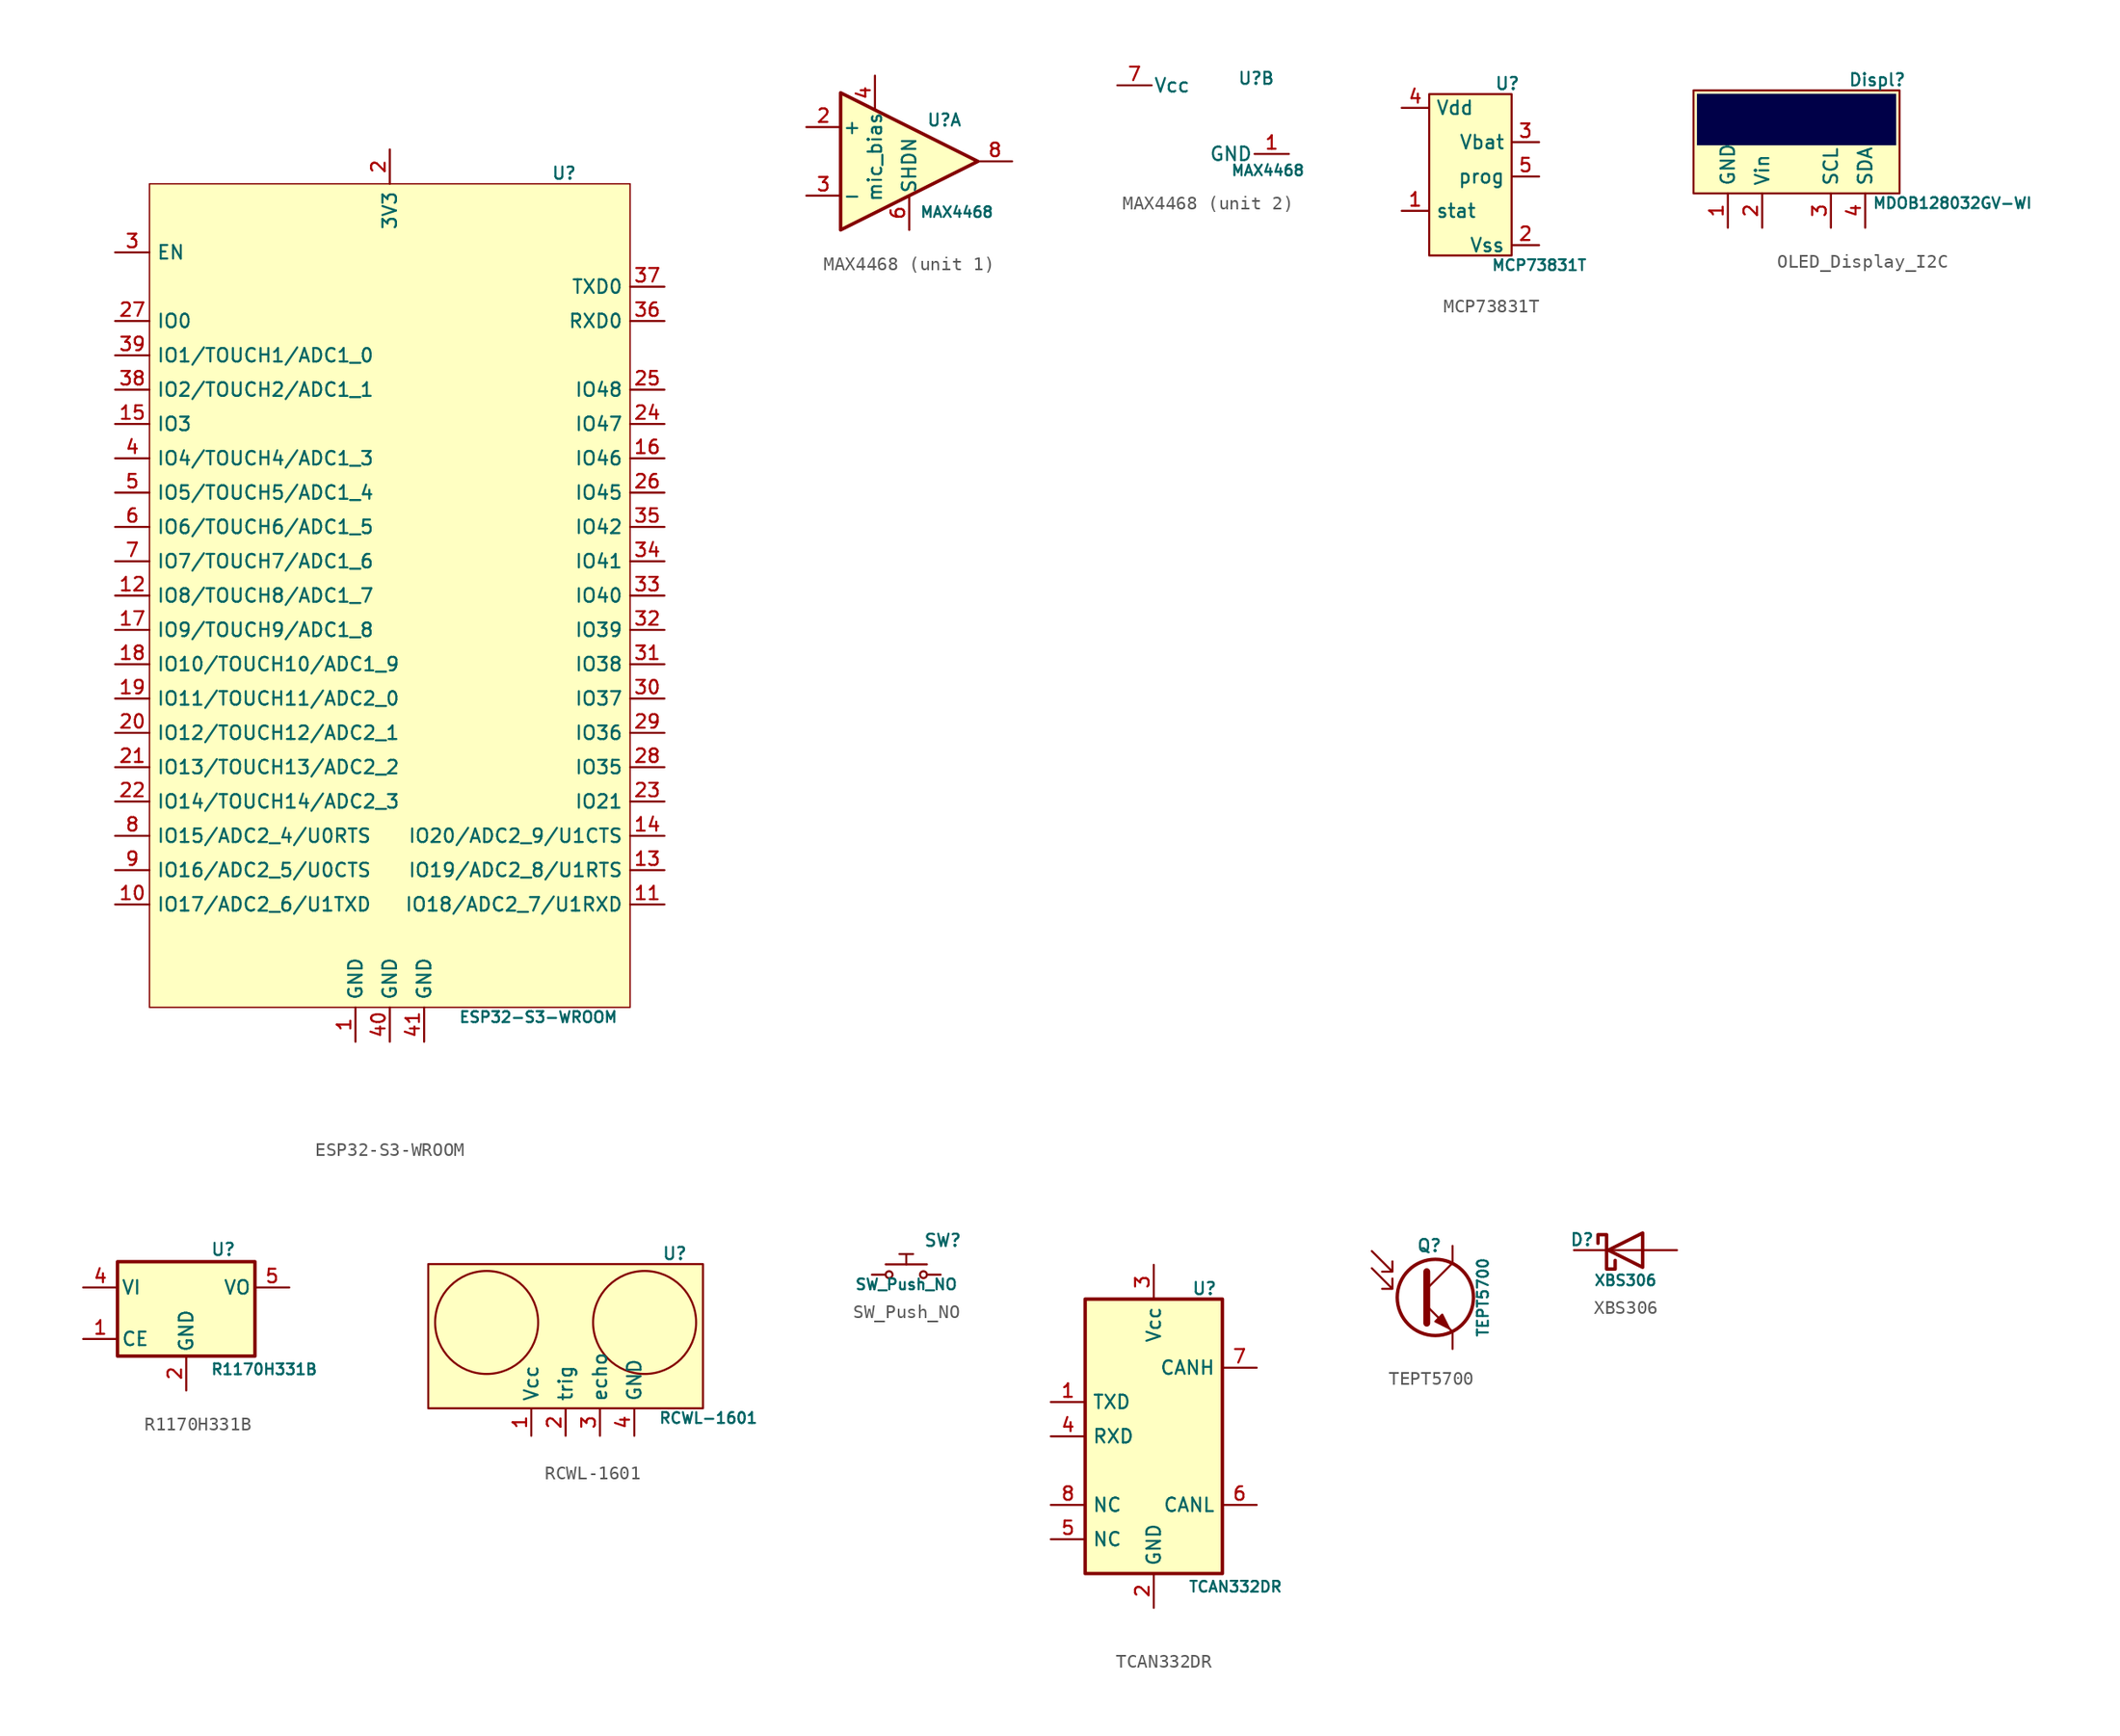
<source format=kicad_sym>
(kicad_symbol_lib
  (version 20231120)
  (generator "kicad_symbol_editor")
  (generator_version "8.0")
  (symbol "ESP32-S3-WROOM"
    (pin_names
      (offset 0.5))
    (property "Reference" "U"
      (at 11.938 28.194 0)
      (effects (font (size 0.9 0.9)) (justify left bottom)))
    (property "Value" "ESP32-S3-WROOM"
      (at 5.08 -33.274 0)
      (effects (font (size 0.8 0.8)) (justify left top)))
    (symbol "ESP32-S3-WROOM_0_1"
      (rectangle (start -17.78 27.94) (end 17.78 -33.02) (stroke (width 0.1) (type default)) (fill (type background))))
    (symbol "ESP32-S3-WROOM_1_1"
      (pin power_in line (at -2.54 -35.56 90) (length 2.54) (name "GND" (effects (font (size 1 1)))) (number "1" (effects (font (size 1 1)))))
      (pin bidirectional line (at -20.32 -25.4 0) (length 2.54) (name "IO17/ADC2_6/U1TXD" (effects (font (size 1 1)))) (number "10" (effects (font (size 1 1)))))
      (pin bidirectional line (at 20.32 -25.4 180) (length 2.54) (name "IO18/ADC2_7/U1RXD" (effects (font (size 1 1)))) (number "11" (effects (font (size 1 1)))))
      (pin bidirectional line (at -20.32 -2.54 0) (length 2.54) (name "IO8/TOUCH8/ADC1_7" (effects (font (size 1 1)))) (number "12" (effects (font (size 1 1)))))
      (pin bidirectional line (at 20.32 -22.86 180) (length 2.54) (name "IO19/ADC2_8/U1RTS" (effects (font (size 1 1)))) (number "13" (effects (font (size 1 1)))))
      (pin bidirectional line (at 20.32 -20.32 180) (length 2.54) (name "IO20/ADC2_9/U1CTS" (effects (font (size 1 1)))) (number "14" (effects (font (size 1 1)))))
      (pin bidirectional line (at -20.32 10.16 0) (length 2.54) (name "IO3" (effects (font (size 1 1)))) (number "15" (effects (font (size 1 1)))))
      (pin bidirectional line (at 20.32 7.62 180) (length 2.54) (name "IO46" (effects (font (size 1 1)))) (number "16" (effects (font (size 1 1)))))
      (pin bidirectional line (at -20.32 -5.08 0) (length 2.54) (name "IO9/TOUCH9/ADC1_8" (effects (font (size 1 1)))) (number "17" (effects (font (size 1 1)))))
      (pin bidirectional line (at -20.32 -7.62 0) (length 2.54) (name "IO10/TOUCH10/ADC1_9" (effects (font (size 1 1)))) (number "18" (effects (font (size 1 1)))))
      (pin bidirectional line (at -20.32 -10.16 0) (length 2.54) (name "IO11/TOUCH11/ADC2_0" (effects (font (size 1 1)))) (number "19" (effects (font (size 1 1)))))
      (pin power_in line (at 0 30.48 270) (length 2.54) (name "3V3" (effects (font (size 1 1)))) (number "2" (effects (font (size 1 1)))))
      (pin bidirectional line (at -20.32 -12.7 0) (length 2.54) (name "IO12/TOUCH12/ADC2_1" (effects (font (size 1 1)))) (number "20" (effects (font (size 1 1)))))
      (pin bidirectional line (at -20.32 -15.24 0) (length 2.54) (name "IO13/TOUCH13/ADC2_2" (effects (font (size 1 1)))) (number "21" (effects (font (size 1 1)))))
      (pin bidirectional line (at -20.32 -17.78 0) (length 2.54) (name "IO14/TOUCH14/ADC2_3" (effects (font (size 1 1)))) (number "22" (effects (font (size 1 1)))))
      (pin bidirectional line (at 20.32 -17.78 180) (length 2.54) (name "IO21" (effects (font (size 1 1)))) (number "23" (effects (font (size 1 1)))))
      (pin bidirectional line (at 20.32 10.16 180) (length 2.54) (name "IO47" (effects (font (size 1 1)))) (number "24" (effects (font (size 1 1)))))
      (pin bidirectional line (at 20.32 12.7 180) (length 2.54) (name "IO48" (effects (font (size 1 1)))) (number "25" (effects (font (size 1 1)))))
      (pin bidirectional line (at 20.32 5.08 180) (length 2.54) (name "IO45" (effects (font (size 1 1)))) (number "26" (effects (font (size 1 1)))))
      (pin bidirectional line (at -20.32 17.78 0) (length 2.54) (name "IO0" (effects (font (size 1 1)))) (number "27" (effects (font (size 1 1)))))
      (pin bidirectional line (at 20.32 -15.24 180) (length 2.54) (name "IO35" (effects (font (size 1 1)))) (number "28" (effects (font (size 1 1)))))
      (pin bidirectional line (at 20.32 -12.7 180) (length 2.54) (name "IO36" (effects (font (size 1 1)))) (number "29" (effects (font (size 1 1)))))
      (pin input line (at -20.32 22.86 0) (length 2.54) (name "EN" (effects (font (size 1 1)))) (number "3" (effects (font (size 1 1)))))
      (pin bidirectional line (at 20.32 -10.16 180) (length 2.54) (name "IO37" (effects (font (size 1 1)))) (number "30" (effects (font (size 1 1)))))
      (pin bidirectional line (at 20.32 -7.62 180) (length 2.54) (name "IO38" (effects (font (size 1 1)))) (number "31" (effects (font (size 1 1)))))
      (pin bidirectional line (at 20.32 -5.08 180) (length 2.54) (name "IO39" (effects (font (size 1 1)))) (number "32" (effects (font (size 1 1)))))
      (pin bidirectional line (at 20.32 -2.54 180) (length 2.54) (name "IO40" (effects (font (size 1 1)))) (number "33" (effects (font (size 1 1)))))
      (pin bidirectional line (at 20.32 0 180) (length 2.54) (name "IO41" (effects (font (size 1 1)))) (number "34" (effects (font (size 1 1)))))
      (pin bidirectional line (at 20.32 2.54 180) (length 2.54) (name "IO42" (effects (font (size 1 1)))) (number "35" (effects (font (size 1 1)))))
      (pin input line (at 20.32 17.78 180) (length 2.54) (name "RXD0" (effects (font (size 1 1)))) (number "36" (effects (font (size 1 1)))))
      (pin output line (at 20.32 20.32 180) (length 2.54) (name "TXD0" (effects (font (size 1 1)))) (number "37" (effects (font (size 1 1)))))
      (pin bidirectional line (at -20.32 12.7 0) (length 2.54) (name "IO2/TOUCH2/ADC1_1" (effects (font (size 1 1)))) (number "38" (effects (font (size 1 1)))))
      (pin bidirectional line (at -20.32 15.24 0) (length 2.54) (name "IO1/TOUCH1/ADC1_0" (effects (font (size 1 1)))) (number "39" (effects (font (size 1 1)))))
      (pin bidirectional line (at -20.32 7.62 0) (length 2.54) (name "IO4/TOUCH4/ADC1_3" (effects (font (size 1 1)))) (number "4" (effects (font (size 1 1)))))
      (pin power_in line (at 0 -35.56 90) (length 2.54) (name "GND" (effects (font (size 1 1)))) (number "40" (effects (font (size 1 1)))))
      (pin power_in line (at 2.54 -35.56 90) (length 2.54) (name "GND" (effects (font (size 1 1)))) (number "41" (effects (font (size 1 1)))))
      (pin bidirectional line (at -20.32 5.08 0) (length 2.54) (name "IO5/TOUCH5/ADC1_4" (effects (font (size 1 1)))) (number "5" (effects (font (size 1 1)))))
      (pin bidirectional line (at -20.32 2.54 0) (length 2.54) (name "IO6/TOUCH6/ADC1_5" (effects (font (size 1 1)))) (number "6" (effects (font (size 1 1)))))
      (pin bidirectional line (at -20.32 0 0) (length 2.54) (name "IO7/TOUCH7/ADC1_6" (effects (font (size 1 1)))) (number "7" (effects (font (size 1 1)))))
      (pin bidirectional line (at -20.32 -20.32 0) (length 2.54) (name "IO15/ADC2_4/U0RTS" (effects (font (size 1 1)))) (number "8" (effects (font (size 1 1)))))
      (pin bidirectional line (at -20.32 -22.86 0) (length 2.54) (name "IO16/ADC2_5/U0CTS" (effects (font (size 1 1)))) (number "9" (effects (font (size 1 1)))))))
  (symbol "MAX4468"
    (pin_names
      (offset 0.127))
    (property "Reference" "U"
      (at 1.27 2.54 0)
      (effects (font (size 0.889 0.889)) (justify left bottom)))
    (property "Value" "MAX4468"
      (at 0.762 -3.302 0)
      (effects (font (size 0.787 0.787)) (justify left top)))
    (property "ki_locked" ""
      (at 0 0 0)
      (effects (font (size 1.27 1.27))))
    (symbol "MAX4468_1_1"
      (polyline (pts (xy -5.08 5.08) (xy 5.08 0) (xy -5.08 -5.08) (xy -5.08 5.08) (xy -5.08 5.08)) (stroke (width 0.254) (type default)) (fill (type background)))
      (pin input line (at -7.62 2.54 0) (length 2.54) (name "+" (effects (font (size 1 1)))) (number "2" (effects (font (size 1 1)))))
      (pin input line (at -7.62 -2.54 0) (length 2.54) (name "-" (effects (font (size 1 1)))) (number "3" (effects (font (size 1 1)))))
      (pin input line (at -2.54 6.35 270) (length 2.54) (name "mic_bias" (effects (font (size 1 1)))) (number "4" (effects (font (size 1 1)))))
      (pin input line (at 0 -5.08 90) (length 2.54) (name "SHDN" (effects (font (size 1 1)))) (number "6" (effects (font (size 1 1)))))
      (pin output line (at 7.62 0 180) (length 2.54) (name "~" (effects (font (size 1 1)))) (number "8" (effects (font (size 1 1))))))
    (symbol "MAX4468_2_1"
      (pin power_in line (at 5.08 -2.54 180) (length 2.54) (name "GND" (effects (font (size 1 1)))) (number "1" (effects (font (size 1 1)))))
      (pin power_in line (at -7.62 2.54 0) (length 2.54) (name "Vcc" (effects (font (size 1 1)))) (number "7" (effects (font (size 1 1)))))))
  (symbol "MCP73831T"
    (pin_names
      (offset 0.5))
    (property "Reference" "U"
      (at 1.778 6.35 0)
      (effects (font (size 0.9 0.9)) (justify left bottom)))
    (property "Value" "MCP73831T"
      (at 1.524 -6.096 0)
      (effects (font (size 0.8 0.8)) (justify left top)))
    (symbol "MCP73831T_0_0"
      (text "" (at 5.08 -1.524 0) (effects (font (size 1.27 1.27)))))
    (symbol "MCP73831T_1_1"
      (rectangle (start -3.048 6.096) (end 3.048 -5.842) (stroke (width 0) (type default)) (fill (type background)))
      (pin output line (at -5.08 -2.54 0) (length 2) (name "stat" (effects (font (size 1 1)))) (number "1" (effects (font (size 1 1)))))
      (pin power_in line (at 5.08 -5.08 180) (length 2) (name "Vss" (effects (font (size 1 1)))) (number "2" (effects (font (size 1 1)))))
      (pin power_out line (at 5.08 2.54 180) (length 2) (name "Vbat" (effects (font (size 1 1)))) (number "3" (effects (font (size 1 1)))))
      (pin power_in line (at -5.08 5.08 0) (length 2) (name "Vdd" (effects (font (size 1 1)))) (number "4" (effects (font (size 1 1)))))
      (pin passive line (at 5.08 0 180) (length 2) (name "prog" (effects (font (size 1 1)))) (number "5" (effects (font (size 1 1)))))))
  (symbol "OLED_Display_I2C"
    (property "Reference" "Displ"
      (at 3.81 5.334 0)
      (effects (font (size 0.9 0.9)) (justify left bottom)))
    (property "Value" "MDOB128032GV-WI"
      (at 5.588 -2.794 0)
      (effects (font (size 0.8 0.8)) (justify left top)))
    (symbol "OLED_Display_I2C_1_1"
      (rectangle (start -7.62 5.08) (end 7.62 -2.54) (stroke (width 0) (type default)) (fill (type background)))
      (rectangle (start -7.366 4.826) (end 7.366 1.016) (stroke (width -0.0001) (type default)) (fill (type color) (color 0 0 72 1)))
      (pin power_in line (at -5.08 -5.08 90) (length 2.54) (name "GND" (effects (font (size 1 1)))) (number "1" (effects (font (size 1 1)))))
      (pin power_in line (at -2.54 -5.08 90) (length 2.54) (name "Vin" (effects (font (size 1 1)))) (number "2" (effects (font (size 1 1)))))
      (pin power_in line (at 2.54 -5.08 90) (length 2.54) (name "SCL" (effects (font (size 1 1)))) (number "3" (effects (font (size 1 1)))))
      (pin power_in line (at 5.08 -5.08 90) (length 2.54) (name "SDA" (effects (font (size 1 1)))) (number "4" (effects (font (size 1 1)))))))
  (symbol "R1170H331B"
    (pin_names
      (offset 0.254))
    (property "Reference" "U"
      (at 1.778 2.286 0)
      (effects (font (size 0.9 0.9)) (justify left bottom)))
    (property "Value" "R1170H331B"
      (at 1.778 -5.588 0)
      (effects (font (size 0.8 0.8)) (justify left top)))
    (symbol "R1170H331B_0_1"
      (rectangle (start -5.08 1.905) (end 5.08 -5.08) (stroke (width 0.254) (type default)) (fill (type background))))
    (symbol "R1170H331B_1_1"
      (pin input line (at -7.62 -3.81 0) (length 2.54) (name "CE" (effects (font (size 1 1)))) (number "1" (effects (font (size 1 1)))))
      (pin power_in line (at 0 -7.62 90) (length 2.54) (name "GND" (effects (font (size 1 1)))) (number "2" (effects (font (size 1 1)))))
      (pin no_connect line (at 5.08 -2.54 180) (length 0) hide (name "NC" (effects (font (size 1 1)))) (number "3" (effects (font (size 1 1)))))
      (pin power_in line (at -7.62 0 0) (length 2.54) (name "VI" (effects (font (size 1 1)))) (number "4" (effects (font (size 1 1)))))
      (pin power_out line (at 7.62 0 180) (length 2.54) (name "VO" (effects (font (size 1 1)))) (number "5" (effects (font (size 1 1)))))))
  (symbol "RCWL-1601"
    (pin_names
      (offset 0.5))
    (property "Reference" "U"
      (at 7.112 7.874 0)
      (effects (font (size 0.9 0.9)) (justify left bottom)))
    (property "Value" "RCWL-1601"
      (at 6.858 -3.302 0)
      (effects (font (size 0.8 0.8)) (justify left top)))
    (symbol "RCWL-1601_0_1"
      (rectangle (start -10.16 7.62) (end 10.16 -3.048) (stroke (width 0) (type default)) (fill (type background)))
      (circle (center -5.842 3.302) (radius 3.81) (stroke (width 0) (type default)) (fill (type none)))
      (circle (center 5.842 3.302) (radius 3.81) (stroke (width 0) (type default)) (fill (type none))))
    (symbol "RCWL-1601_1_1"
      (pin power_in line (at -2.54 -5.08 90) (length 2) (name "Vcc" (effects (font (size 1 1)))) (number "1" (effects (font (size 1 1)))))
      (pin input line (at 0 -5.08 90) (length 2) (name "trig" (effects (font (size 1 1)))) (number "2" (effects (font (size 1 1)))))
      (pin output line (at 2.54 -5.08 90) (length 2) (name "echo" (effects (font (size 1 1)))) (number "3" (effects (font (size 1 1)))))
      (pin power_in line (at 5.08 -5.08 90) (length 2) (name "GND" (effects (font (size 1 1)))) (number "4" (effects (font (size 1 1)))))))
  (symbol "SW_Push_NO"
    (pin_numbers hide)
    (pin_names
      (offset 1.016) hide)
    (property "Reference" "SW"
      (at 1.27 2.54 0)
      (effects (font (size 0.9 0.9)) (justify left)))
    (property "Value" "SW_Push_NO"
      (at 0 -0.254 0)
      (effects (font (size 0.8 0.8)) (justify top)))
    (symbol "SW_Push_NO_0_1"
      (circle (center -1.27 0) (radius 0.254) (stroke (width 0) (type default)) (fill (type none)))
      (polyline (pts (xy 0 0.762) (xy 0 1.524)) (stroke (width 0) (type default)) (fill (type none)))
      (polyline (pts (xy 0.508 1.524) (xy -0.508 1.524)) (stroke (width 0) (type default)) (fill (type none)))
      (polyline (pts (xy 1.524 0.762) (xy -1.524 0.762)) (stroke (width 0) (type default)) (fill (type none)))
      (circle (center 1.27 0) (radius 0.254) (stroke (width 0) (type default)) (fill (type none))))
    (symbol "SW_Push_NO_1_1"
      (pin passive line (at 2.54 0 180) (length 1) (name "COM" (effects (font (size 1 1)))) (number "COM" (effects (font (size 1 1)))))
      (pin passive line (at -2.54 0 0) (length 1) (name "NO" (effects (font (size 1 1)))) (number "NO" (effects (font (size 1 1)))))))
  (symbol "TCAN332DR"
    (property "Reference" "U"
      (at 2.794 10.414 0)
      (effects (font (size 0.9 0.9)) (justify left bottom)))
    (property "Value" "TCAN332DR"
      (at 2.54 -10.668 0)
      (effects (font (size 0.8 0.8)) (justify left top)))
    (symbol "TCAN332DR_0_1"
      (rectangle (start -5.08 10.16) (end 5.08 -10.16) (stroke (width 0.254) (type default)) (fill (type background))))
    (symbol "TCAN332DR_1_1"
      (pin input line (at -7.62 2.54 0) (length 2.54) (name "TXD" (effects (font (size 1 1)))) (number "1" (effects (font (size 1 1)))))
      (pin power_in line (at 0 -12.7 90) (length 2.54) (name "GND" (effects (font (size 1 1)))) (number "2" (effects (font (size 1 1)))))
      (pin power_in line (at 0 12.7 270) (length 2.54) (name "Vcc" (effects (font (size 1 1)))) (number "3" (effects (font (size 1 1)))))
      (pin output line (at -7.62 0 0) (length 2.54) (name "RXD" (effects (font (size 1 1)))) (number "4" (effects (font (size 1 1)))))
      (pin bidirectional line (at -7.62 -7.62 0) (length 2.54) (name "NC" (effects (font (size 1 1)))) (number "5" (effects (font (size 1 1)))))
      (pin bidirectional line (at 7.62 -5.08 180) (length 2.54) (name "CANL" (effects (font (size 1 1)))) (number "6" (effects (font (size 1 1)))))
      (pin bidirectional line (at 7.62 5.08 180) (length 2.54) (name "CANH" (effects (font (size 1 1)))) (number "7" (effects (font (size 1 1)))))
      (pin input line (at -7.62 -5.08 0) (length 2.54) (name "NC" (effects (font (size 1 1)))) (number "8" (effects (font (size 1 1)))))))
  (symbol "TEPT5700"
    (pin_numbers hide)
    (pin_names
      (offset 0) hide)
    (property "Reference" "Q"
      (at 1.778 2.032 0)
      (effects (font (size 0.9 0.9)) (justify right bottom)))
    (property "Value" "TEPT5700"
      (at 4.318 -1.27 90)
      (effects (font (size 0.8 0.8)) (justify top)))
    (symbol "TEPT5700_0_1"
      (polyline (pts (xy 0.635 -0.635) (xy 2.54 1.27)) (stroke (width 0) (type default)) (fill (type none)))
      (polyline (pts (xy 0.635 -1.905) (xy 2.54 -3.81) (xy 2.54 -3.81)) (stroke (width 0) (type default)) (fill (type none)))
      (polyline (pts (xy 0.635 0.635) (xy 0.635 -3.175) (xy 0.635 -3.175)) (stroke (width 0.508) (type default)) (fill (type none)))
      (polyline (pts (xy 1.27 -3.048) (xy 1.778 -2.54) (xy 2.286 -3.556) (xy 1.27 -3.048) (xy 1.27 -3.048)) (stroke (width 0) (type default)) (fill (type outline)))
      (circle (center 1.27 -1.27) (radius 2.819) (stroke (width 0.254) (type default)) (fill (type none))))
    (symbol "TEPT5700_1_1"
      (polyline (pts (xy -3.429 0.889) (xy -1.905 -0.635) (xy -1.905 0.127) (xy -1.905 -0.635) (xy -2.667 -0.635)) (stroke (width 0) (type default)) (fill (type none)))
      (polyline (pts (xy -3.429 2.159) (xy -1.905 0.635) (xy -1.905 1.397) (xy -1.905 0.635) (xy -2.667 0.635)) (stroke (width 0) (type default)) (fill (type none)))
      (pin passive line (at 2.54 2.54 270) (length 1.27) (name "C" (effects (font (size 1 1)))) (number "C" (effects (font (size 1 1)))))
      (pin passive line (at 2.54 -5.08 90) (length 1.27) (name "E" (effects (font (size 1 1)))) (number "E" (effects (font (size 1 1)))))))
  (symbol "XBS306"
    (pin_numbers hide)
    (pin_names
      (offset 1.016) hide)
    (property "Reference" "D"
      (at -1.016 0.254 0)
      (effects (font (size 0.889 0.889)) (justify right bottom)))
    (property "Value" "XBS306"
      (at 1.27 -1.778 0)
      (effects (font (size 0.787 0.787)) (justify top)))
    (symbol "XBS306_0_1"
      (polyline (pts (xy 2.54 0) (xy 0 0)) (stroke (width 0) (type default)) (fill (type none)))
      (polyline (pts (xy 2.54 1.27) (xy 2.54 -1.27) (xy 0 0) (xy 2.54 1.27)) (stroke (width 0.254) (type default)) (fill (type none)))
      (polyline (pts (xy -0.762 0.508) (xy -0.762 1.143) (xy -0.127 1.143) (xy -0.127 -1.397) (xy 0.508 -1.397) (xy 0.508 -0.762)) (stroke (width 0.254) (type default)) (fill (type none))))
    (symbol "XBS306_1_1"
      (pin passive line (at 5.08 0 180) (length 2.54) (name "A" (effects (font (size 1 1)))) (number "A" (effects (font (size 1 1)))))
      (pin passive line (at -2.54 0 0) (length 2.54) (name "K" (effects (font (size 1 1)))) (number "K" (effects (font (size 1 1))))))))
</source>
